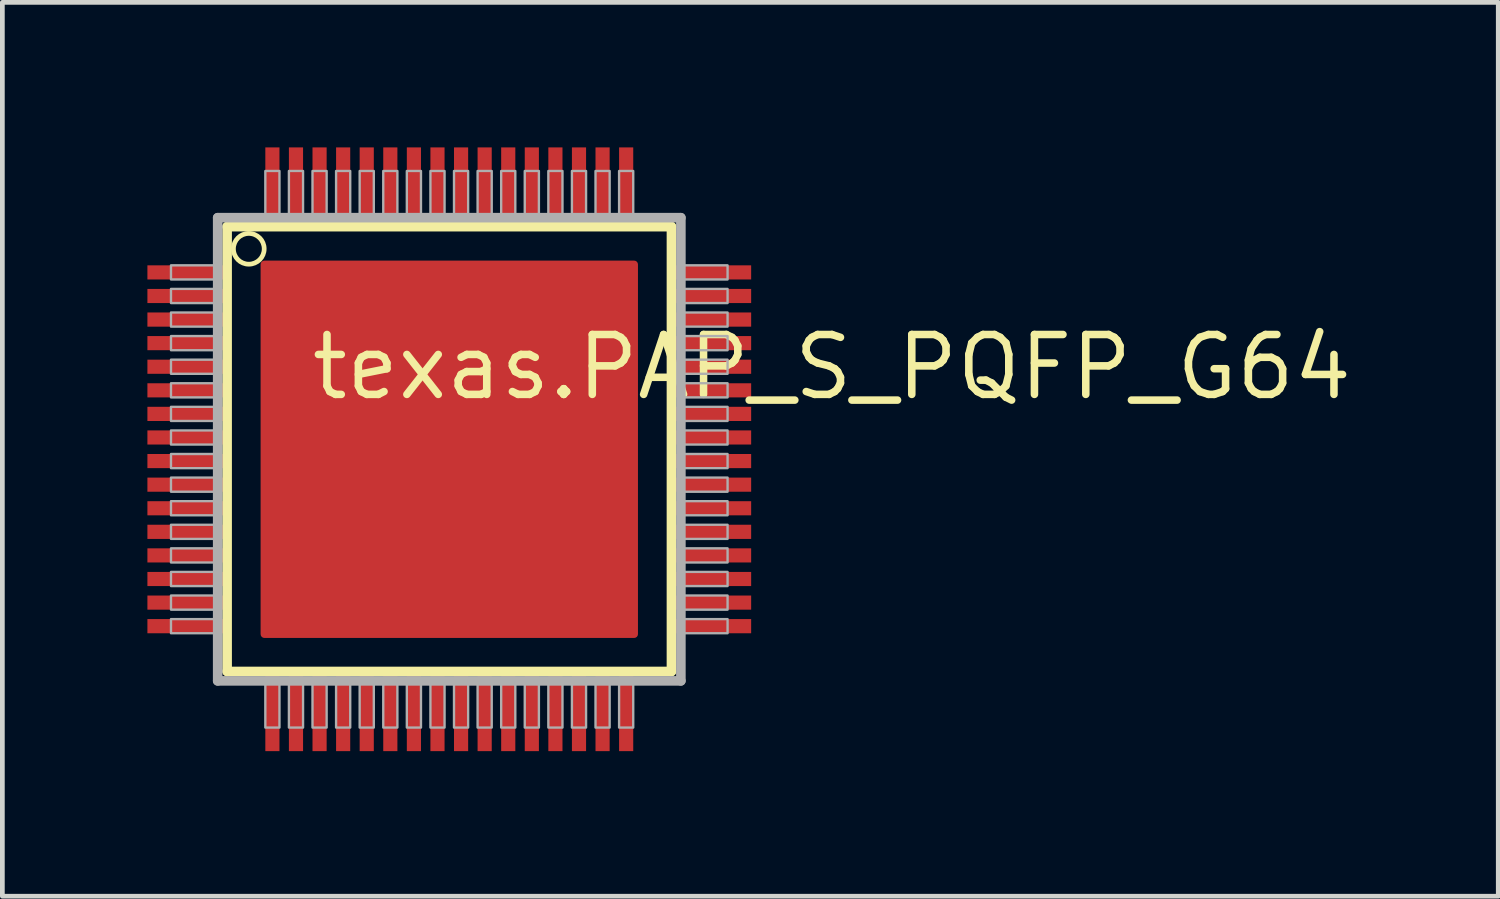
<source format=kicad_pcb>
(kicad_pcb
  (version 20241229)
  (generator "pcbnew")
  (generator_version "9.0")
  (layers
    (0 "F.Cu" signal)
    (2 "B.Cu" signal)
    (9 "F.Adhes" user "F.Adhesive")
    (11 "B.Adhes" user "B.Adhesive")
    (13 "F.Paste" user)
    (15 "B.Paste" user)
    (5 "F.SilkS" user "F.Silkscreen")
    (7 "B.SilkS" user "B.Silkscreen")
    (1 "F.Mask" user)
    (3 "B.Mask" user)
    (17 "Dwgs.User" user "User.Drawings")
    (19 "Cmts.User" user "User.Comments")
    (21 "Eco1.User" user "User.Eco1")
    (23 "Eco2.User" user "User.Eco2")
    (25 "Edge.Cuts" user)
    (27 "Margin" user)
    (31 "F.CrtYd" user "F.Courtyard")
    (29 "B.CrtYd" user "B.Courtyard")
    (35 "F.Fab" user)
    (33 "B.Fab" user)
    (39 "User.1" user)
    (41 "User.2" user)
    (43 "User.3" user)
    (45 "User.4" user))
  (footprint "texas.PAP_S_PQFP_G64"
    (layer "F.Cu")
    (at 6.475 6.475)
    (property "Reference" "texas.PAP_S_PQFP_G64" (at -3 -1 0) (layer "F.SilkS") (effects (font (size 1.27 1.27) (thickness 0.16)) (justify left bottom)))
    (attr smd)
    (fp_rect (start -6.45 -3.575) (end -4.775 -3.925) (stroke (width 0.05) (type default)) (fill yes) (layer "F.Mask"))
    (fp_rect (start -6.45 -3.075) (end -4.775 -3.425) (stroke (width 0.05) (type default)) (fill yes) (layer "F.Mask"))
    (fp_rect (start -6.45 -2.575) (end -4.775 -2.925) (stroke (width 0.05) (type default)) (fill yes) (layer "F.Mask"))
    (fp_rect (start -6.45 -2.075) (end -4.775 -2.425) (stroke (width 0.05) (type default)) (fill yes) (layer "F.Mask"))
    (fp_rect (start -6.45 -1.575) (end -4.775 -1.925) (stroke (width 0.05) (type default)) (fill yes) (layer "F.Mask"))
    (fp_rect (start -6.45 -1.075) (end -4.775 -1.425) (stroke (width 0.05) (type default)) (fill yes) (layer "F.Mask"))
    (fp_rect (start -6.45 -0.575) (end -4.775 -0.925) (stroke (width 0.05) (type default)) (fill yes) (layer "F.Mask"))
    (fp_rect (start -6.45 -0.075) (end -4.775 -0.425) (stroke (width 0.05) (type default)) (fill yes) (layer "F.Mask"))
    (fp_rect (start -6.45 0.425) (end -4.775 0.075) (stroke (width 0.05) (type default)) (fill yes) (layer "F.Mask"))
    (fp_rect (start -6.45 0.925) (end -4.775 0.575) (stroke (width 0.05) (type default)) (fill yes) (layer "F.Mask"))
    (fp_rect (start -6.45 1.425) (end -4.775 1.075) (stroke (width 0.05) (type default)) (fill yes) (layer "F.Mask"))
    (fp_rect (start -6.45 1.925) (end -4.775 1.575) (stroke (width 0.05) (type default)) (fill yes) (layer "F.Mask"))
    (fp_rect (start -6.45 2.425) (end -4.775 2.075) (stroke (width 0.05) (type default)) (fill yes) (layer "F.Mask"))
    (fp_rect (start -6.45 2.925) (end -4.775 2.575) (stroke (width 0.05) (type default)) (fill yes) (layer "F.Mask"))
    (fp_rect (start -6.45 3.425) (end -4.775 3.075) (stroke (width 0.05) (type default)) (fill yes) (layer "F.Mask"))
    (fp_rect (start -6.45 3.925) (end -4.775 3.575) (stroke (width 0.05) (type default)) (fill yes) (layer "F.Mask"))
    (fp_rect (start -4.025 4.025) (end 4.025 -4.025) (stroke (width 0.05) (type default)) (fill yes) (layer "F.Mask"))
    (fp_rect (start -3.925 -4.775) (end -3.575 -6.45) (stroke (width 0.05) (type default)) (fill yes) (layer "F.Mask"))
    (fp_rect (start -3.925 6.45) (end -3.575 4.775) (stroke (width 0.05) (type default)) (fill yes) (layer "F.Mask"))
    (fp_rect (start -3.425 -4.775) (end -3.075 -6.45) (stroke (width 0.05) (type default)) (fill yes) (layer "F.Mask"))
    (fp_rect (start -3.425 6.45) (end -3.075 4.775) (stroke (width 0.05) (type default)) (fill yes) (layer "F.Mask"))
    (fp_rect (start -2.925 -4.775) (end -2.575 -6.45) (stroke (width 0.05) (type default)) (fill yes) (layer "F.Mask"))
    (fp_rect (start -2.925 6.45) (end -2.575 4.775) (stroke (width 0.05) (type default)) (fill yes) (layer "F.Mask"))
    (fp_rect (start -2.425 -4.775) (end -2.075 -6.45) (stroke (width 0.05) (type default)) (fill yes) (layer "F.Mask"))
    (fp_rect (start -2.425 6.45) (end -2.075 4.775) (stroke (width 0.05) (type default)) (fill yes) (layer "F.Mask"))
    (fp_rect (start -1.925 -4.775) (end -1.575 -6.45) (stroke (width 0.05) (type default)) (fill yes) (layer "F.Mask"))
    (fp_rect (start -1.925 6.45) (end -1.575 4.775) (stroke (width 0.05) (type default)) (fill yes) (layer "F.Mask"))
    (fp_rect (start -1.425 -4.775) (end -1.075 -6.45) (stroke (width 0.05) (type default)) (fill yes) (layer "F.Mask"))
    (fp_rect (start -1.425 6.45) (end -1.075 4.775) (stroke (width 0.05) (type default)) (fill yes) (layer "F.Mask"))
    (fp_rect (start -0.925 -4.775) (end -0.575 -6.45) (stroke (width 0.05) (type default)) (fill yes) (layer "F.Mask"))
    (fp_rect (start -0.925 6.45) (end -0.575 4.775) (stroke (width 0.05) (type default)) (fill yes) (layer "F.Mask"))
    (fp_rect (start -0.425 -4.775) (end -0.075 -6.45) (stroke (width 0.05) (type default)) (fill yes) (layer "F.Mask"))
    (fp_rect (start -0.425 6.45) (end -0.075 4.775) (stroke (width 0.05) (type default)) (fill yes) (layer "F.Mask"))
    (fp_rect (start 0.075 -4.775) (end 0.425 -6.45) (stroke (width 0.05) (type default)) (fill yes) (layer "F.Mask"))
    (fp_rect (start 0.075 6.45) (end 0.425 4.775) (stroke (width 0.05) (type default)) (fill yes) (layer "F.Mask"))
    (fp_rect (start 0.575 -4.775) (end 0.925 -6.45) (stroke (width 0.05) (type default)) (fill yes) (layer "F.Mask"))
    (fp_rect (start 0.575 6.45) (end 0.925 4.775) (stroke (width 0.05) (type default)) (fill yes) (layer "F.Mask"))
    (fp_rect (start 1.075 -4.775) (end 1.425 -6.45) (stroke (width 0.05) (type default)) (fill yes) (layer "F.Mask"))
    (fp_rect (start 1.075 6.45) (end 1.425 4.775) (stroke (width 0.05) (type default)) (fill yes) (layer "F.Mask"))
    (fp_rect (start 1.575 -4.775) (end 1.925 -6.45) (stroke (width 0.05) (type default)) (fill yes) (layer "F.Mask"))
    (fp_rect (start 1.575 6.45) (end 1.925 4.775) (stroke (width 0.05) (type default)) (fill yes) (layer "F.Mask"))
    (fp_rect (start 2.075 -4.775) (end 2.425 -6.45) (stroke (width 0.05) (type default)) (fill yes) (layer "F.Mask"))
    (fp_rect (start 2.075 6.45) (end 2.425 4.775) (stroke (width 0.05) (type default)) (fill yes) (layer "F.Mask"))
    (fp_rect (start 2.575 -4.775) (end 2.925 -6.45) (stroke (width 0.05) (type default)) (fill yes) (layer "F.Mask"))
    (fp_rect (start 2.575 6.45) (end 2.925 4.775) (stroke (width 0.05) (type default)) (fill yes) (layer "F.Mask"))
    (fp_rect (start 3.075 -4.775) (end 3.425 -6.45) (stroke (width 0.05) (type default)) (fill yes) (layer "F.Mask"))
    (fp_rect (start 3.075 6.45) (end 3.425 4.775) (stroke (width 0.05) (type default)) (fill yes) (layer "F.Mask"))
    (fp_rect (start 3.575 -4.775) (end 3.925 -6.45) (stroke (width 0.05) (type default)) (fill yes) (layer "F.Mask"))
    (fp_rect (start 3.575 6.45) (end 3.925 4.775) (stroke (width 0.05) (type default)) (fill yes) (layer "F.Mask"))
    (fp_rect (start 4.775 -3.575) (end 6.45 -3.925) (stroke (width 0.05) (type default)) (fill yes) (layer "F.Mask"))
    (fp_rect (start 4.775 -3.075) (end 6.45 -3.425) (stroke (width 0.05) (type default)) (fill yes) (layer "F.Mask"))
    (fp_rect (start 4.775 -2.575) (end 6.45 -2.925) (stroke (width 0.05) (type default)) (fill yes) (layer "F.Mask"))
    (fp_rect (start 4.775 -2.075) (end 6.45 -2.425) (stroke (width 0.05) (type default)) (fill yes) (layer "F.Mask"))
    (fp_rect (start 4.775 -1.575) (end 6.45 -1.925) (stroke (width 0.05) (type default)) (fill yes) (layer "F.Mask"))
    (fp_rect (start 4.775 -1.075) (end 6.45 -1.425) (stroke (width 0.05) (type default)) (fill yes) (layer "F.Mask"))
    (fp_rect (start 4.775 -0.575) (end 6.45 -0.925) (stroke (width 0.05) (type default)) (fill yes) (layer "F.Mask"))
    (fp_rect (start 4.775 -0.075) (end 6.45 -0.425) (stroke (width 0.05) (type default)) (fill yes) (layer "F.Mask"))
    (fp_rect (start 4.775 0.425) (end 6.45 0.075) (stroke (width 0.05) (type default)) (fill yes) (layer "F.Mask"))
    (fp_rect (start 4.775 0.925) (end 6.45 0.575) (stroke (width 0.05) (type default)) (fill yes) (layer "F.Mask"))
    (fp_rect (start 4.775 1.425) (end 6.45 1.075) (stroke (width 0.05) (type default)) (fill yes) (layer "F.Mask"))
    (fp_rect (start 4.775 1.925) (end 6.45 1.575) (stroke (width 0.05) (type default)) (fill yes) (layer "F.Mask"))
    (fp_rect (start 4.775 2.425) (end 6.45 2.075) (stroke (width 0.05) (type default)) (fill yes) (layer "F.Mask"))
    (fp_rect (start 4.775 2.925) (end 6.45 2.575) (stroke (width 0.05) (type default)) (fill yes) (layer "F.Mask"))
    (fp_rect (start 4.775 3.425) (end 6.45 3.075) (stroke (width 0.05) (type default)) (fill yes) (layer "F.Mask"))
    (fp_rect (start 4.775 3.925) (end 6.45 3.575) (stroke (width 0.05) (type default)) (fill yes) (layer "F.Mask"))
    (fp_line (start -4.71 -4.72) (end 4.71 -4.72) (stroke (width 0.203) (type default)) (layer "F.SilkS"))
    (fp_line (start -4.71 4.71) (end -4.71 -4.72) (stroke (width 0.203) (type default)) (layer "F.SilkS"))
    (fp_line (start 4.71 -4.72) (end 4.71 4.71) (stroke (width 0.203) (type default)) (layer "F.SilkS"))
    (fp_line (start 4.71 4.71) (end -4.71 4.71) (stroke (width 0.203) (type default)) (layer "F.SilkS"))
    (fp_circle (center -4.25 -4.25) (end -3.924 -4.25) (stroke (width 0.1) (type default)) (fill no) (layer "F.SilkS"))
    (fp_rect (start -3.2 3.175) (end 3.2 -3.2) (stroke (width 0.05) (type default)) (fill yes) (layer "F.Paste"))
    (fp_line (start -4.91 -4.91) (end -4.91 4.91) (stroke (width 0.203) (type default)) (layer "F.Fab"))
    (fp_line (start -4.91 4.91) (end 4.91 4.91) (stroke (width 0.203) (type default)) (layer "F.Fab"))
    (fp_line (start 4.91 -4.91) (end -4.91 -4.91) (stroke (width 0.203) (type default)) (layer "F.Fab"))
    (fp_line (start 4.91 4.91) (end 4.91 -4.91) (stroke (width 0.203) (type default)) (layer "F.Fab"))
    (fp_rect (start -5.9 -3.6) (end -4.95 -3.9) (stroke (width 0.05) (type default)) (fill no) (layer "F.Fab"))
    (fp_rect (start -5.9 -3.1) (end -4.95 -3.4) (stroke (width 0.05) (type default)) (fill no) (layer "F.Fab"))
    (fp_rect (start -5.9 -2.6) (end -4.95 -2.9) (stroke (width 0.05) (type default)) (fill no) (layer "F.Fab"))
    (fp_rect (start -5.9 -2.1) (end -4.95 -2.4) (stroke (width 0.05) (type default)) (fill no) (layer "F.Fab"))
    (fp_rect (start -5.9 -1.6) (end -4.95 -1.9) (stroke (width 0.05) (type default)) (fill no) (layer "F.Fab"))
    (fp_rect (start -5.9 -1.1) (end -4.95 -1.4) (stroke (width 0.05) (type default)) (fill no) (layer "F.Fab"))
    (fp_rect (start -5.9 -0.6) (end -4.95 -0.9) (stroke (width 0.05) (type default)) (fill no) (layer "F.Fab"))
    (fp_rect (start -5.9 -0.1) (end -4.95 -0.4) (stroke (width 0.05) (type default)) (fill no) (layer "F.Fab"))
    (fp_rect (start -5.9 0.4) (end -4.95 0.1) (stroke (width 0.05) (type default)) (fill no) (layer "F.Fab"))
    (fp_rect (start -5.9 0.9) (end -4.95 0.6) (stroke (width 0.05) (type default)) (fill no) (layer "F.Fab"))
    (fp_rect (start -5.9 1.4) (end -4.95 1.1) (stroke (width 0.05) (type default)) (fill no) (layer "F.Fab"))
    (fp_rect (start -5.9 1.9) (end -4.95 1.6) (stroke (width 0.05) (type default)) (fill no) (layer "F.Fab"))
    (fp_rect (start -5.9 2.4) (end -4.95 2.1) (stroke (width 0.05) (type default)) (fill no) (layer "F.Fab"))
    (fp_rect (start -5.9 2.9) (end -4.95 2.6) (stroke (width 0.05) (type default)) (fill no) (layer "F.Fab"))
    (fp_rect (start -5.9 3.4) (end -4.95 3.1) (stroke (width 0.05) (type default)) (fill no) (layer "F.Fab"))
    (fp_rect (start -5.9 3.9) (end -4.95 3.6) (stroke (width 0.05) (type default)) (fill no) (layer "F.Fab"))
    (fp_rect (start -3.9 -4.95) (end -3.6 -5.9) (stroke (width 0.05) (type default)) (fill no) (layer "F.Fab"))
    (fp_rect (start -3.9 5.9) (end -3.6 4.95) (stroke (width 0.05) (type default)) (fill no) (layer "F.Fab"))
    (fp_rect (start -3.4 -4.95) (end -3.1 -5.9) (stroke (width 0.05) (type default)) (fill no) (layer "F.Fab"))
    (fp_rect (start -3.4 5.9) (end -3.1 4.95) (stroke (width 0.05) (type default)) (fill no) (layer "F.Fab"))
    (fp_rect (start -2.9 -4.95) (end -2.6 -5.9) (stroke (width 0.05) (type default)) (fill no) (layer "F.Fab"))
    (fp_rect (start -2.9 5.9) (end -2.6 4.95) (stroke (width 0.05) (type default)) (fill no) (layer "F.Fab"))
    (fp_rect (start -2.4 -4.95) (end -2.1 -5.9) (stroke (width 0.05) (type default)) (fill no) (layer "F.Fab"))
    (fp_rect (start -2.4 5.9) (end -2.1 4.95) (stroke (width 0.05) (type default)) (fill no) (layer "F.Fab"))
    (fp_rect (start -1.9 -4.95) (end -1.6 -5.9) (stroke (width 0.05) (type default)) (fill no) (layer "F.Fab"))
    (fp_rect (start -1.9 5.9) (end -1.6 4.95) (stroke (width 0.05) (type default)) (fill no) (layer "F.Fab"))
    (fp_rect (start -1.4 -4.95) (end -1.1 -5.9) (stroke (width 0.05) (type default)) (fill no) (layer "F.Fab"))
    (fp_rect (start -1.4 5.9) (end -1.1 4.95) (stroke (width 0.05) (type default)) (fill no) (layer "F.Fab"))
    (fp_rect (start -0.9 -4.95) (end -0.6 -5.9) (stroke (width 0.05) (type default)) (fill no) (layer "F.Fab"))
    (fp_rect (start -0.9 5.9) (end -0.6 4.95) (stroke (width 0.05) (type default)) (fill no) (layer "F.Fab"))
    (fp_rect (start -0.4 -4.95) (end -0.1 -5.9) (stroke (width 0.05) (type default)) (fill no) (layer "F.Fab"))
    (fp_rect (start -0.4 5.9) (end -0.1 4.95) (stroke (width 0.05) (type default)) (fill no) (layer "F.Fab"))
    (fp_rect (start 0.1 -4.95) (end 0.4 -5.9) (stroke (width 0.05) (type default)) (fill no) (layer "F.Fab"))
    (fp_rect (start 0.1 5.9) (end 0.4 4.95) (stroke (width 0.05) (type default)) (fill no) (layer "F.Fab"))
    (fp_rect (start 0.6 -4.95) (end 0.9 -5.9) (stroke (width 0.05) (type default)) (fill no) (layer "F.Fab"))
    (fp_rect (start 0.6 5.9) (end 0.9 4.95) (stroke (width 0.05) (type default)) (fill no) (layer "F.Fab"))
    (fp_rect (start 1.1 -4.95) (end 1.4 -5.9) (stroke (width 0.05) (type default)) (fill no) (layer "F.Fab"))
    (fp_rect (start 1.1 5.9) (end 1.4 4.95) (stroke (width 0.05) (type default)) (fill no) (layer "F.Fab"))
    (fp_rect (start 1.6 -4.95) (end 1.9 -5.9) (stroke (width 0.05) (type default)) (fill no) (layer "F.Fab"))
    (fp_rect (start 1.6 5.9) (end 1.9 4.95) (stroke (width 0.05) (type default)) (fill no) (layer "F.Fab"))
    (fp_rect (start 2.1 -4.95) (end 2.4 -5.9) (stroke (width 0.05) (type default)) (fill no) (layer "F.Fab"))
    (fp_rect (start 2.1 5.9) (end 2.4 4.95) (stroke (width 0.05) (type default)) (fill no) (layer "F.Fab"))
    (fp_rect (start 2.6 -4.95) (end 2.9 -5.9) (stroke (width 0.05) (type default)) (fill no) (layer "F.Fab"))
    (fp_rect (start 2.6 5.9) (end 2.9 4.95) (stroke (width 0.05) (type default)) (fill no) (layer "F.Fab"))
    (fp_rect (start 3.1 -4.95) (end 3.4 -5.9) (stroke (width 0.05) (type default)) (fill no) (layer "F.Fab"))
    (fp_rect (start 3.1 5.9) (end 3.4 4.95) (stroke (width 0.05) (type default)) (fill no) (layer "F.Fab"))
    (fp_rect (start 3.6 -4.95) (end 3.9 -5.9) (stroke (width 0.05) (type default)) (fill no) (layer "F.Fab"))
    (fp_rect (start 3.6 5.9) (end 3.9 4.95) (stroke (width 0.05) (type default)) (fill no) (layer "F.Fab"))
    (fp_rect (start 4.95 -3.6) (end 5.9 -3.9) (stroke (width 0.05) (type default)) (fill no) (layer "F.Fab"))
    (fp_rect (start 4.95 -3.1) (end 5.9 -3.4) (stroke (width 0.05) (type default)) (fill no) (layer "F.Fab"))
    (fp_rect (start 4.95 -2.6) (end 5.9 -2.9) (stroke (width 0.05) (type default)) (fill no) (layer "F.Fab"))
    (fp_rect (start 4.95 -2.1) (end 5.9 -2.4) (stroke (width 0.05) (type default)) (fill no) (layer "F.Fab"))
    (fp_rect (start 4.95 -1.6) (end 5.9 -1.9) (stroke (width 0.05) (type default)) (fill no) (layer "F.Fab"))
    (fp_rect (start 4.95 -1.1) (end 5.9 -1.4) (stroke (width 0.05) (type default)) (fill no) (layer "F.Fab"))
    (fp_rect (start 4.95 -0.6) (end 5.9 -0.9) (stroke (width 0.05) (type default)) (fill no) (layer "F.Fab"))
    (fp_rect (start 4.95 -0.1) (end 5.9 -0.4) (stroke (width 0.05) (type default)) (fill no) (layer "F.Fab"))
    (fp_rect (start 4.95 0.4) (end 5.9 0.1) (stroke (width 0.05) (type default)) (fill no) (layer "F.Fab"))
    (fp_rect (start 4.95 0.9) (end 5.9 0.6) (stroke (width 0.05) (type default)) (fill no) (layer "F.Fab"))
    (fp_rect (start 4.95 1.4) (end 5.9 1.1) (stroke (width 0.05) (type default)) (fill no) (layer "F.Fab"))
    (fp_rect (start 4.95 1.9) (end 5.9 1.6) (stroke (width 0.05) (type default)) (fill no) (layer "F.Fab"))
    (fp_rect (start 4.95 2.4) (end 5.9 2.1) (stroke (width 0.05) (type default)) (fill no) (layer "F.Fab"))
    (fp_rect (start 4.95 2.9) (end 5.9 2.6) (stroke (width 0.05) (type default)) (fill no) (layer "F.Fab"))
    (fp_rect (start 4.95 3.4) (end 5.9 3.1) (stroke (width 0.05) (type default)) (fill no) (layer "F.Fab"))
    (fp_rect (start 4.95 3.9) (end 5.9 3.6) (stroke (width 0.05) (type default)) (fill no) (layer "F.Fab"))
    (pad "1" smd roundrect (at -5.6 -3.75 270) (size 0.3 1.6) (layers "F.Cu" "F.Mask" "F.Paste") (roundrect_rratio 0.01))
    (pad "2" smd roundrect (at -5.6 -3.25 270) (size 0.3 1.6) (layers "F.Cu" "F.Mask" "F.Paste") (roundrect_rratio 0.01))
    (pad "3" smd roundrect (at -5.6 -2.75 270) (size 0.3 1.6) (layers "F.Cu" "F.Mask" "F.Paste") (roundrect_rratio 0.01))
    (pad "4" smd roundrect (at -5.6 -2.25 270) (size 0.3 1.6) (layers "F.Cu" "F.Mask" "F.Paste") (roundrect_rratio 0.01))
    (pad "5" smd roundrect (at -5.6 -1.75 270) (size 0.3 1.6) (layers "F.Cu" "F.Mask" "F.Paste") (roundrect_rratio 0.01))
    (pad "6" smd roundrect (at -5.6 -1.25 270) (size 0.3 1.6) (layers "F.Cu" "F.Mask" "F.Paste") (roundrect_rratio 0.01))
    (pad "7" smd roundrect (at -5.6 -0.75 270) (size 0.3 1.6) (layers "F.Cu" "F.Mask" "F.Paste") (roundrect_rratio 0.01))
    (pad "8" smd roundrect (at -5.6 -0.25 270) (size 0.3 1.6) (layers "F.Cu" "F.Mask" "F.Paste") (roundrect_rratio 0.01))
    (pad "9" smd roundrect (at -5.6 0.25 270) (size 0.3 1.6) (layers "F.Cu" "F.Mask" "F.Paste") (roundrect_rratio 0.01))
    (pad "10" smd roundrect (at -5.6 0.75 270) (size 0.3 1.6) (layers "F.Cu" "F.Mask" "F.Paste") (roundrect_rratio 0.01))
    (pad "11" smd roundrect (at -5.6 1.25 270) (size 0.3 1.6) (layers "F.Cu" "F.Mask" "F.Paste") (roundrect_rratio 0.01))
    (pad "12" smd roundrect (at -5.6 1.75 270) (size 0.3 1.6) (layers "F.Cu" "F.Mask" "F.Paste") (roundrect_rratio 0.01))
    (pad "13" smd roundrect (at -5.6 2.25 270) (size 0.3 1.6) (layers "F.Cu" "F.Mask" "F.Paste") (roundrect_rratio 0.01))
    (pad "14" smd roundrect (at -5.6 2.75 270) (size 0.3 1.6) (layers "F.Cu" "F.Mask" "F.Paste") (roundrect_rratio 0.01))
    (pad "15" smd roundrect (at -5.6 3.25 270) (size 0.3 1.6) (layers "F.Cu" "F.Mask" "F.Paste") (roundrect_rratio 0.01))
    (pad "16" smd roundrect (at -5.6 3.75 270) (size 0.3 1.6) (layers "F.Cu" "F.Mask" "F.Paste") (roundrect_rratio 0.01))
    (pad "17" smd roundrect (at -3.75 5.6 270) (size 1.6 0.3) (layers "F.Cu" "F.Mask" "F.Paste") (roundrect_rratio 0.01))
    (pad "18" smd roundrect (at -3.25 5.6 270) (size 1.6 0.3) (layers "F.Cu" "F.Mask" "F.Paste") (roundrect_rratio 0.01))
    (pad "19" smd roundrect (at -2.75 5.6 270) (size 1.6 0.3) (layers "F.Cu" "F.Mask" "F.Paste") (roundrect_rratio 0.01))
    (pad "20" smd roundrect (at -2.25 5.6 270) (size 1.6 0.3) (layers "F.Cu" "F.Mask" "F.Paste") (roundrect_rratio 0.01))
    (pad "21" smd roundrect (at -1.75 5.6 270) (size 1.6 0.3) (layers "F.Cu" "F.Mask" "F.Paste") (roundrect_rratio 0.01))
    (pad "22" smd roundrect (at -1.25 5.6 270) (size 1.6 0.3) (layers "F.Cu" "F.Mask" "F.Paste") (roundrect_rratio 0.01))
    (pad "23" smd roundrect (at -0.75 5.6 270) (size 1.6 0.3) (layers "F.Cu" "F.Mask" "F.Paste") (roundrect_rratio 0.01))
    (pad "24" smd roundrect (at -0.25 5.6 270) (size 1.6 0.3) (layers "F.Cu" "F.Mask" "F.Paste") (roundrect_rratio 0.01))
    (pad "25" smd roundrect (at 0.25 5.6 270) (size 1.6 0.3) (layers "F.Cu" "F.Mask" "F.Paste") (roundrect_rratio 0.01))
    (pad "26" smd roundrect (at 0.75 5.6 270) (size 1.6 0.3) (layers "F.Cu" "F.Mask" "F.Paste") (roundrect_rratio 0.01))
    (pad "27" smd roundrect (at 1.25 5.6 270) (size 1.6 0.3) (layers "F.Cu" "F.Mask" "F.Paste") (roundrect_rratio 0.01))
    (pad "28" smd roundrect (at 1.75 5.6 270) (size 1.6 0.3) (layers "F.Cu" "F.Mask" "F.Paste") (roundrect_rratio 0.01))
    (pad "29" smd roundrect (at 2.25 5.6 270) (size 1.6 0.3) (layers "F.Cu" "F.Mask" "F.Paste") (roundrect_rratio 0.01))
    (pad "30" smd roundrect (at 2.75 5.6 270) (size 1.6 0.3) (layers "F.Cu" "F.Mask" "F.Paste") (roundrect_rratio 0.01))
    (pad "31" smd roundrect (at 3.25 5.6 270) (size 1.6 0.3) (layers "F.Cu" "F.Mask" "F.Paste") (roundrect_rratio 0.01))
    (pad "32" smd roundrect (at 3.75 5.6 270) (size 1.6 0.3) (layers "F.Cu" "F.Mask" "F.Paste") (roundrect_rratio 0.01))
    (pad "33" smd roundrect (at 5.6 3.75 270) (size 0.3 1.6) (layers "F.Cu" "F.Mask" "F.Paste") (roundrect_rratio 0.01))
    (pad "34" smd roundrect (at 5.6 3.25 270) (size 0.3 1.6) (layers "F.Cu" "F.Mask" "F.Paste") (roundrect_rratio 0.01))
    (pad "35" smd roundrect (at 5.6 2.75 270) (size 0.3 1.6) (layers "F.Cu" "F.Mask" "F.Paste") (roundrect_rratio 0.01))
    (pad "36" smd roundrect (at 5.6 2.25 270) (size 0.3 1.6) (layers "F.Cu" "F.Mask" "F.Paste") (roundrect_rratio 0.01))
    (pad "37" smd roundrect (at 5.6 1.75 270) (size 0.3 1.6) (layers "F.Cu" "F.Mask" "F.Paste") (roundrect_rratio 0.01))
    (pad "38" smd roundrect (at 5.6 1.25 270) (size 0.3 1.6) (layers "F.Cu" "F.Mask" "F.Paste") (roundrect_rratio 0.01))
    (pad "39" smd roundrect (at 5.6 0.75 270) (size 0.3 1.6) (layers "F.Cu" "F.Mask" "F.Paste") (roundrect_rratio 0.01))
    (pad "40" smd roundrect (at 5.6 0.25 270) (size 0.3 1.6) (layers "F.Cu" "F.Mask" "F.Paste") (roundrect_rratio 0.01))
    (pad "41" smd roundrect (at 5.6 -0.25 270) (size 0.3 1.6) (layers "F.Cu" "F.Mask" "F.Paste") (roundrect_rratio 0.01))
    (pad "42" smd roundrect (at 5.6 -0.75 270) (size 0.3 1.6) (layers "F.Cu" "F.Mask" "F.Paste") (roundrect_rratio 0.01))
    (pad "43" smd roundrect (at 5.6 -1.25 270) (size 0.3 1.6) (layers "F.Cu" "F.Mask" "F.Paste") (roundrect_rratio 0.01))
    (pad "44" smd roundrect (at 5.6 -1.75 270) (size 0.3 1.6) (layers "F.Cu" "F.Mask" "F.Paste") (roundrect_rratio 0.01))
    (pad "45" smd roundrect (at 5.6 -2.25 270) (size 0.3 1.6) (layers "F.Cu" "F.Mask" "F.Paste") (roundrect_rratio 0.01))
    (pad "46" smd roundrect (at 5.6 -2.75 270) (size 0.3 1.6) (layers "F.Cu" "F.Mask" "F.Paste") (roundrect_rratio 0.01))
    (pad "47" smd roundrect (at 5.6 -3.25 270) (size 0.3 1.6) (layers "F.Cu" "F.Mask" "F.Paste") (roundrect_rratio 0.01))
    (pad "48" smd roundrect (at 5.6 -3.75 270) (size 0.3 1.6) (layers "F.Cu" "F.Mask" "F.Paste") (roundrect_rratio 0.01))
    (pad "49" smd roundrect (at 3.75 -5.6 270) (size 1.6 0.3) (layers "F.Cu" "F.Mask" "F.Paste") (roundrect_rratio 0.01))
    (pad "50" smd roundrect (at 3.25 -5.6 270) (size 1.6 0.3) (layers "F.Cu" "F.Mask" "F.Paste") (roundrect_rratio 0.01))
    (pad "51" smd roundrect (at 2.75 -5.6 270) (size 1.6 0.3) (layers "F.Cu" "F.Mask" "F.Paste") (roundrect_rratio 0.01))
    (pad "52" smd roundrect (at 2.25 -5.6 270) (size 1.6 0.3) (layers "F.Cu" "F.Mask" "F.Paste") (roundrect_rratio 0.01))
    (pad "53" smd roundrect (at 1.75 -5.6 270) (size 1.6 0.3) (layers "F.Cu" "F.Mask" "F.Paste") (roundrect_rratio 0.01))
    (pad "54" smd roundrect (at 1.25 -5.6 270) (size 1.6 0.3) (layers "F.Cu" "F.Mask" "F.Paste") (roundrect_rratio 0.01))
    (pad "55" smd roundrect (at 0.75 -5.6 270) (size 1.6 0.3) (layers "F.Cu" "F.Mask" "F.Paste") (roundrect_rratio 0.01))
    (pad "56" smd roundrect (at 0.25 -5.6 270) (size 1.6 0.3) (layers "F.Cu" "F.Mask" "F.Paste") (roundrect_rratio 0.01))
    (pad "57" smd roundrect (at -0.25 -5.6 270) (size 1.6 0.3) (layers "F.Cu" "F.Mask" "F.Paste") (roundrect_rratio 0.01))
    (pad "58" smd roundrect (at -0.75 -5.6 270) (size 1.6 0.3) (layers "F.Cu" "F.Mask" "F.Paste") (roundrect_rratio 0.01))
    (pad "59" smd roundrect (at -1.25 -5.6 270) (size 1.6 0.3) (layers "F.Cu" "F.Mask" "F.Paste") (roundrect_rratio 0.01))
    (pad "60" smd roundrect (at -1.75 -5.6 270) (size 1.6 0.3) (layers "F.Cu" "F.Mask" "F.Paste") (roundrect_rratio 0.01))
    (pad "61" smd roundrect (at -2.25 -5.6 270) (size 1.6 0.3) (layers "F.Cu" "F.Mask" "F.Paste") (roundrect_rratio 0.01))
    (pad "62" smd roundrect (at -2.75 -5.6 270) (size 1.6 0.3) (layers "F.Cu" "F.Mask" "F.Paste") (roundrect_rratio 0.01))
    (pad "63" smd roundrect (at -3.25 -5.6 270) (size 1.6 0.3) (layers "F.Cu" "F.Mask" "F.Paste") (roundrect_rratio 0.01))
    (pad "64" smd roundrect (at -3.75 -5.6 270) (size 1.6 0.3) (layers "F.Cu" "F.Mask" "F.Paste") (roundrect_rratio 0.01))
    (pad "EXP" smd roundrect (at 0 0 270) (size 8 8) (layers "F.Cu" "F.Mask" "F.Paste") (roundrect_rratio 0.01)))
  (gr_rect
    (start -3 -3)
    (end 28.714 15.95)
    (stroke (width 0.1) (type default))
    (fill no)
    (layer "Edge.Cuts")))
</source>
